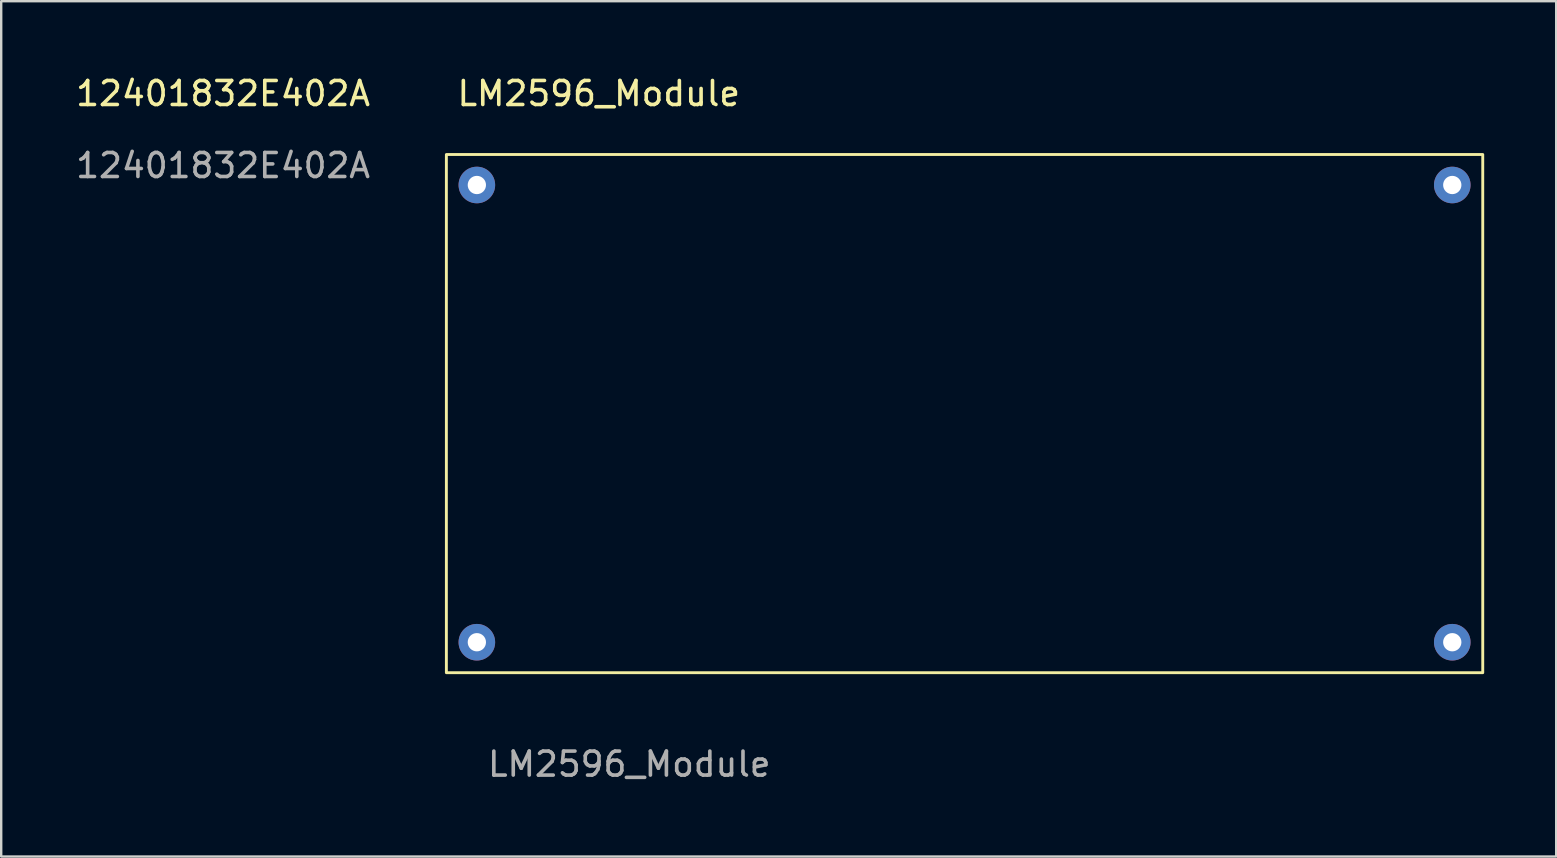
<source format=kicad_pcb>
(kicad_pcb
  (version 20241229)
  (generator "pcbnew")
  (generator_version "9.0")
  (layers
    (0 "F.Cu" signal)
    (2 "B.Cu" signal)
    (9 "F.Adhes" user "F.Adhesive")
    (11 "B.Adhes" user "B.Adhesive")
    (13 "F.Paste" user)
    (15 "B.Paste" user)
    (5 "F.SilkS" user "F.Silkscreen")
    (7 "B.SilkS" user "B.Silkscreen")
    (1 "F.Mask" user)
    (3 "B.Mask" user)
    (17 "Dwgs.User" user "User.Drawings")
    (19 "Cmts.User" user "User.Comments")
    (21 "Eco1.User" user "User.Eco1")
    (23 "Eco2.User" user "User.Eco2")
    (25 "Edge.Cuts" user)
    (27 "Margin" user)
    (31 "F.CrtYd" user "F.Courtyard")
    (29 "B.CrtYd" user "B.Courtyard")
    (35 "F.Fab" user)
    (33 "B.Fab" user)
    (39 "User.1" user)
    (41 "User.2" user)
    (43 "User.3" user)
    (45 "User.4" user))
  (footprint "LM2596_Module"
    (layer "F.Cu")
    (at 16.818 4.658)
    (property "Reference" "LM2596_Module" (at 5.08 -3.81 0) (unlocked yes) (layer "F.SilkS") (effects (font (size 1 1) (thickness 0.15))))
    (attr through_hole)
    (fp_rect (start -1.27 -1.27) (end 41.91 20.32) (stroke (width 0.12) (type solid)) (fill no) (layer "F.SilkS"))
    (fp_text user "${REFERENCE}" (at 6.35 24.13 0) (unlocked yes) (layer "F.Fab") (effects (font (size 1 1) (thickness 0.15))))
    (pad "1" thru_hole circle (at 0 0) (size 1.524 1.524) (drill 0.762) (layers "*.Cu" "*.Mask"))
    (pad "2" thru_hole circle (at 0 19.05) (size 1.524 1.524) (drill 0.762) (layers "*.Cu" "*.Mask"))
    (pad "2" thru_hole circle (at 40.64 19.05) (size 1.524 1.524) (drill 0.762) (layers "*.Cu" "*.Mask"))
    (pad "3" thru_hole circle (at 40.64 0) (size 1.524 1.524) (drill 0.762) (layers "*.Cu" "*.Mask")))
  (footprint "12401832E402A"
    (layer "F.Cu")
    (at 6.244 1.348)
    (property "Reference" "12401832E402A" (at 0 -0.5 0) (unlocked yes) (layer "F.SilkS") (effects (font (size 1 1) (thickness 0.15))))
    (fp_text user "${REFERENCE}" (at 0 2.5 0) (unlocked yes) (layer "F.Fab") (effects (font (size 1 1) (thickness 0.15)))))
  (gr_rect
    (start -3 -3)
    (end 61.788 32.636)
    (stroke (width 0.1) (type default))
    (fill no)
    (layer "Edge.Cuts")))
</source>
